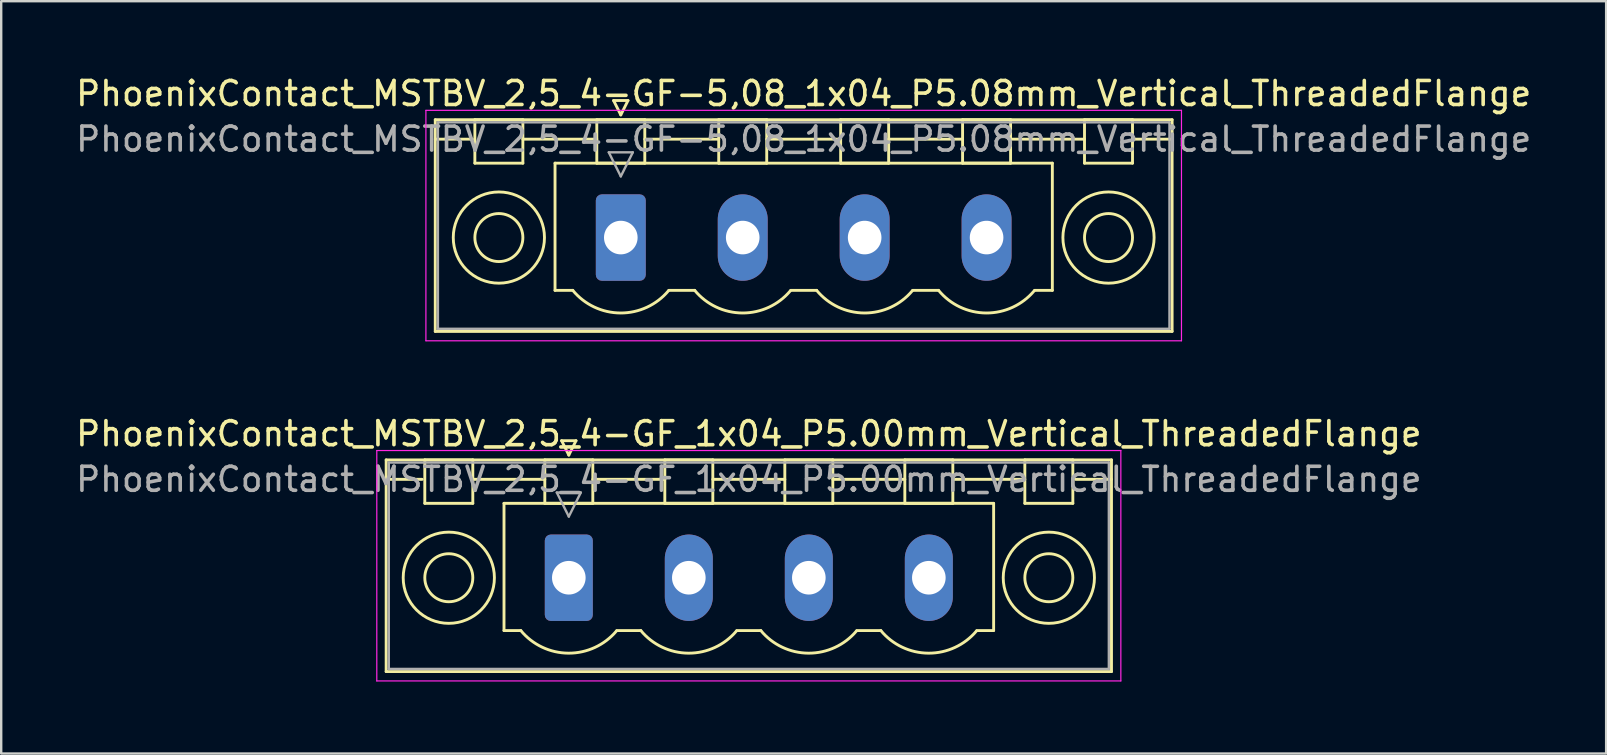
<source format=kicad_pcb>
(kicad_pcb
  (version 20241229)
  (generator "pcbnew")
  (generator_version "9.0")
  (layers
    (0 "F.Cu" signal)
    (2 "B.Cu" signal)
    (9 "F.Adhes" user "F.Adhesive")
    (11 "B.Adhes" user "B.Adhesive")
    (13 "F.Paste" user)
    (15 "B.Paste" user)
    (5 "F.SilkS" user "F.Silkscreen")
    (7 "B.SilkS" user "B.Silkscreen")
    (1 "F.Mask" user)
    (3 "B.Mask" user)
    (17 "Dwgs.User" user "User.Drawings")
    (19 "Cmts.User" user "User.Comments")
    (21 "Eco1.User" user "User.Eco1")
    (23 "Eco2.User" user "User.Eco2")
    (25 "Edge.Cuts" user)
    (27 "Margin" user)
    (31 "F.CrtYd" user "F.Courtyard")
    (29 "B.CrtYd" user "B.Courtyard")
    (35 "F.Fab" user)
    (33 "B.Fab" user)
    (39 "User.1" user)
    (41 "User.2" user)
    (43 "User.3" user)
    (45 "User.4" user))
  (footprint "PhoenixContact_MSTBV_2,5_4-GF_1x04_P5.00mm_Vertical_ThreadedFlange"
    (layer "F.Cu")
    (at 20.649 21.021)
    (property "Reference" "PhoenixContact_MSTBV_2,5_4-GF_1x04_P5.00mm_Vertical_ThreadedFlange" (at 7.5 -6 0) (layer "F.SilkS") (effects (font (size 1 1) (thickness 0.15))))
    (attr through_hole)
    (fp_line (start -7.61 -4.91) (end -7.61 3.91) (stroke (width 0.12) (type solid)) (layer "F.SilkS"))
    (fp_line (start -7.61 -4.1) (end -6.11 -4.1) (stroke (width 0.12) (type solid)) (layer "F.SilkS"))
    (fp_line (start -7.61 3.91) (end 22.61 3.91) (stroke (width 0.12) (type solid)) (layer "F.SilkS"))
    (fp_line (start -6 -4.91) (end -4 -4.91) (stroke (width 0.12) (type solid)) (layer "F.SilkS"))
    (fp_line (start -6 -3.1) (end -6 -4.91) (stroke (width 0.12) (type solid)) (layer "F.SilkS"))
    (fp_line (start -4 -4.91) (end -4 -3.1) (stroke (width 0.12) (type solid)) (layer "F.SilkS"))
    (fp_line (start -4 -4.1) (end -1 -4.1) (stroke (width 0.12) (type solid)) (layer "F.SilkS"))
    (fp_line (start -4 -3.1) (end -6 -3.1) (stroke (width 0.12) (type solid)) (layer "F.SilkS"))
    (fp_line (start -2.7 -3.1) (end 17.7 -3.1) (stroke (width 0.12) (type solid)) (layer "F.SilkS"))
    (fp_line (start -2.7 2.2) (end -2.7 -3.1) (stroke (width 0.12) (type solid)) (layer "F.SilkS"))
    (fp_line (start -2 2.2) (end -2.7 2.2) (stroke (width 0.12) (type solid)) (layer "F.SilkS"))
    (fp_line (start -1 -4.91) (end 1 -4.91) (stroke (width 0.12) (type solid)) (layer "F.SilkS"))
    (fp_line (start -1 -3.1) (end -1 -4.91) (stroke (width 0.12) (type solid)) (layer "F.SilkS"))
    (fp_line (start -0.3 -5.71) (end 0.3 -5.71) (stroke (width 0.12) (type solid)) (layer "F.SilkS"))
    (fp_line (start 0 -5.11) (end -0.3 -5.71) (stroke (width 0.12) (type solid)) (layer "F.SilkS"))
    (fp_line (start 0.3 -5.71) (end 0 -5.11) (stroke (width 0.12) (type solid)) (layer "F.SilkS"))
    (fp_line (start 1 -4.91) (end 1 -3.1) (stroke (width 0.12) (type solid)) (layer "F.SilkS"))
    (fp_line (start 1 -4.1) (end 4 -4.1) (stroke (width 0.12) (type solid)) (layer "F.SilkS"))
    (fp_line (start 1 -3.1) (end -1 -3.1) (stroke (width 0.12) (type solid)) (layer "F.SilkS"))
    (fp_line (start 2 2.2) (end 3 2.2) (stroke (width 0.12) (type solid)) (layer "F.SilkS"))
    (fp_line (start 4 -4.91) (end 6 -4.91) (stroke (width 0.12) (type solid)) (layer "F.SilkS"))
    (fp_line (start 4 -3.1) (end 4 -4.91) (stroke (width 0.12) (type solid)) (layer "F.SilkS"))
    (fp_line (start 6 -4.91) (end 6 -3.1) (stroke (width 0.12) (type solid)) (layer "F.SilkS"))
    (fp_line (start 6 -4.1) (end 9 -4.1) (stroke (width 0.12) (type solid)) (layer "F.SilkS"))
    (fp_line (start 6 -3.1) (end 4 -3.1) (stroke (width 0.12) (type solid)) (layer "F.SilkS"))
    (fp_line (start 7 2.2) (end 8 2.2) (stroke (width 0.12) (type solid)) (layer "F.SilkS"))
    (fp_line (start 9 -4.91) (end 11 -4.91) (stroke (width 0.12) (type solid)) (layer "F.SilkS"))
    (fp_line (start 9 -3.1) (end 9 -4.91) (stroke (width 0.12) (type solid)) (layer "F.SilkS"))
    (fp_line (start 11 -4.91) (end 11 -3.1) (stroke (width 0.12) (type solid)) (layer "F.SilkS"))
    (fp_line (start 11 -4.1) (end 14 -4.1) (stroke (width 0.12) (type solid)) (layer "F.SilkS"))
    (fp_line (start 11 -3.1) (end 9 -3.1) (stroke (width 0.12) (type solid)) (layer "F.SilkS"))
    (fp_line (start 12 2.2) (end 13 2.2) (stroke (width 0.12) (type solid)) (layer "F.SilkS"))
    (fp_line (start 14 -4.91) (end 16 -4.91) (stroke (width 0.12) (type solid)) (layer "F.SilkS"))
    (fp_line (start 14 -3.1) (end 14 -4.91) (stroke (width 0.12) (type solid)) (layer "F.SilkS"))
    (fp_line (start 16 -4.91) (end 16 -3.1) (stroke (width 0.12) (type solid)) (layer "F.SilkS"))
    (fp_line (start 16 -4.1) (end 19 -4.1) (stroke (width 0.12) (type solid)) (layer "F.SilkS"))
    (fp_line (start 16 -3.1) (end 14 -3.1) (stroke (width 0.12) (type solid)) (layer "F.SilkS"))
    (fp_line (start 17.7 -3.1) (end 17.7 2.2) (stroke (width 0.12) (type solid)) (layer "F.SilkS"))
    (fp_line (start 17.7 2.2) (end 17 2.2) (stroke (width 0.12) (type solid)) (layer "F.SilkS"))
    (fp_line (start 19 -4.91) (end 21 -4.91) (stroke (width 0.12) (type solid)) (layer "F.SilkS"))
    (fp_line (start 19 -3.1) (end 19 -4.91) (stroke (width 0.12) (type solid)) (layer "F.SilkS"))
    (fp_line (start 21 -4.91) (end 21 -3.1) (stroke (width 0.12) (type solid)) (layer "F.SilkS"))
    (fp_line (start 21 -3.1) (end 19 -3.1) (stroke (width 0.12) (type solid)) (layer "F.SilkS"))
    (fp_line (start 22.61 -4.91) (end -7.61 -4.91) (stroke (width 0.12) (type solid)) (layer "F.SilkS"))
    (fp_line (start 22.61 -4.1) (end 21.11 -4.1) (stroke (width 0.12) (type solid)) (layer "F.SilkS"))
    (fp_line (start 22.61 3.91) (end 22.61 -4.91) (stroke (width 0.12) (type solid)) (layer "F.SilkS"))
    (fp_arc (start 1.986842 2.215821) (mid -0.010289 3.142758) (end -2 2.2) (stroke (width 0.12) (type solid)) (layer "F.SilkS"))
    (fp_arc (start 6.986842 2.215821) (mid 4.989711 3.142758) (end 3 2.2) (stroke (width 0.12) (type solid)) (layer "F.SilkS"))
    (fp_arc (start 11.986842 2.215821) (mid 9.989711 3.142758) (end 8 2.2) (stroke (width 0.12) (type solid)) (layer "F.SilkS"))
    (fp_arc (start 16.986842 2.215821) (mid 14.989711 3.142758) (end 13 2.2) (stroke (width 0.12) (type solid)) (layer "F.SilkS"))
    (fp_circle (center -5 0) (end -4 0) (stroke (width 0.12) (type solid)) (fill no) (layer "F.SilkS"))
    (fp_circle (center -5 0) (end -3.1 0) (stroke (width 0.12) (type solid)) (fill no) (layer "F.SilkS"))
    (fp_circle (center 20 0) (end 21 0) (stroke (width 0.12) (type solid)) (fill no) (layer "F.SilkS"))
    (fp_circle (center 20 0) (end 21.9 0) (stroke (width 0.12) (type solid)) (fill no) (layer "F.SilkS"))
    (fp_line (start -8 -5.3) (end -8 4.3) (stroke (width 0.05) (type solid)) (layer "F.CrtYd"))
    (fp_line (start -8 4.3) (end 23 4.3) (stroke (width 0.05) (type solid)) (layer "F.CrtYd"))
    (fp_line (start 23 -5.3) (end -8 -5.3) (stroke (width 0.05) (type solid)) (layer "F.CrtYd"))
    (fp_line (start 23 4.3) (end 23 -5.3) (stroke (width 0.05) (type solid)) (layer "F.CrtYd"))
    (fp_line (start -7.5 -4.8) (end -7.5 3.8) (stroke (width 0.1) (type solid)) (layer "F.Fab"))
    (fp_line (start -7.5 3.8) (end 22.5 3.8) (stroke (width 0.1) (type solid)) (layer "F.Fab"))
    (fp_line (start -0.5 -3.55) (end 0.5 -3.55) (stroke (width 0.1) (type solid)) (layer "F.Fab"))
    (fp_line (start 0 -2.55) (end -0.5 -3.55) (stroke (width 0.1) (type solid)) (layer "F.Fab"))
    (fp_line (start 0.5 -3.55) (end 0 -2.55) (stroke (width 0.1) (type solid)) (layer "F.Fab"))
    (fp_line (start 22.5 -4.8) (end -7.5 -4.8) (stroke (width 0.1) (type solid)) (layer "F.Fab"))
    (fp_line (start 22.5 3.8) (end 22.5 -4.8) (stroke (width 0.1) (type solid)) (layer "F.Fab"))
    (fp_text user "${REFERENCE}" (at 7.5 -4.1 0) (layer "F.Fab") (effects (font (size 1 1) (thickness 0.15))))
    (pad "1" thru_hole roundrect (at 0 0) (size 2 3.6) (drill 1.4) (layers "*.Cu" "*.Mask") (roundrect_rratio 0.125))
    (pad "2" thru_hole oval (at 5 0) (size 2 3.6) (drill 1.4) (layers "*.Cu" "*.Mask"))
    (pad "3" thru_hole oval (at 10 0) (size 2 3.6) (drill 1.4) (layers "*.Cu" "*.Mask"))
    (pad "4" thru_hole oval (at 15 0) (size 2 3.6) (drill 1.4) (layers "*.Cu" "*.Mask")))
  (footprint "PhoenixContact_MSTBV_2,5_4-GF-5,08_1x04_P5.08mm_Vertical_ThreadedFlange"
    (layer "F.Cu")
    (at 22.815 6.848)
    (property "Reference" "PhoenixContact_MSTBV_2,5_4-GF-5,08_1x04_P5.08mm_Vertical_ThreadedFlange" (at 7.62 -6 0) (layer "F.SilkS") (effects (font (size 1 1) (thickness 0.15))))
    (attr through_hole)
    (fp_line (start -7.73 -4.91) (end -7.73 3.91) (stroke (width 0.12) (type solid)) (layer "F.SilkS"))
    (fp_line (start -7.73 -4.1) (end -6.19 -4.1) (stroke (width 0.12) (type solid)) (layer "F.SilkS"))
    (fp_line (start -7.73 3.91) (end 22.97 3.91) (stroke (width 0.12) (type solid)) (layer "F.SilkS"))
    (fp_line (start -6.08 -4.91) (end -4.08 -4.91) (stroke (width 0.12) (type solid)) (layer "F.SilkS"))
    (fp_line (start -6.08 -3.1) (end -6.08 -4.91) (stroke (width 0.12) (type solid)) (layer "F.SilkS"))
    (fp_line (start -4.08 -4.91) (end -4.08 -3.1) (stroke (width 0.12) (type solid)) (layer "F.SilkS"))
    (fp_line (start -4.08 -4.1) (end -1 -4.1) (stroke (width 0.12) (type solid)) (layer "F.SilkS"))
    (fp_line (start -4.08 -3.1) (end -6.08 -3.1) (stroke (width 0.12) (type solid)) (layer "F.SilkS"))
    (fp_line (start -2.74 -3.1) (end 17.98 -3.1) (stroke (width 0.12) (type solid)) (layer "F.SilkS"))
    (fp_line (start -2.74 2.2) (end -2.74 -3.1) (stroke (width 0.12) (type solid)) (layer "F.SilkS"))
    (fp_line (start -2 2.2) (end -2.74 2.2) (stroke (width 0.12) (type solid)) (layer "F.SilkS"))
    (fp_line (start -1 -4.91) (end 1 -4.91) (stroke (width 0.12) (type solid)) (layer "F.SilkS"))
    (fp_line (start -1 -3.1) (end -1 -4.91) (stroke (width 0.12) (type solid)) (layer "F.SilkS"))
    (fp_line (start -0.3 -5.71) (end 0.3 -5.71) (stroke (width 0.12) (type solid)) (layer "F.SilkS"))
    (fp_line (start 0 -5.11) (end -0.3 -5.71) (stroke (width 0.12) (type solid)) (layer "F.SilkS"))
    (fp_line (start 0.3 -5.71) (end 0 -5.11) (stroke (width 0.12) (type solid)) (layer "F.SilkS"))
    (fp_line (start 1 -4.91) (end 1 -3.1) (stroke (width 0.12) (type solid)) (layer "F.SilkS"))
    (fp_line (start 1 -4.1) (end 4.08 -4.1) (stroke (width 0.12) (type solid)) (layer "F.SilkS"))
    (fp_line (start 1 -3.1) (end -1 -3.1) (stroke (width 0.12) (type solid)) (layer "F.SilkS"))
    (fp_line (start 2 2.2) (end 3.08 2.2) (stroke (width 0.12) (type solid)) (layer "F.SilkS"))
    (fp_line (start 4.08 -4.91) (end 6.08 -4.91) (stroke (width 0.12) (type solid)) (layer "F.SilkS"))
    (fp_line (start 4.08 -3.1) (end 4.08 -4.91) (stroke (width 0.12) (type solid)) (layer "F.SilkS"))
    (fp_line (start 6.08 -4.91) (end 6.08 -3.1) (stroke (width 0.12) (type solid)) (layer "F.SilkS"))
    (fp_line (start 6.08 -4.1) (end 9.16 -4.1) (stroke (width 0.12) (type solid)) (layer "F.SilkS"))
    (fp_line (start 6.08 -3.1) (end 4.08 -3.1) (stroke (width 0.12) (type solid)) (layer "F.SilkS"))
    (fp_line (start 7.08 2.2) (end 8.16 2.2) (stroke (width 0.12) (type solid)) (layer "F.SilkS"))
    (fp_line (start 9.16 -4.91) (end 11.16 -4.91) (stroke (width 0.12) (type solid)) (layer "F.SilkS"))
    (fp_line (start 9.16 -3.1) (end 9.16 -4.91) (stroke (width 0.12) (type solid)) (layer "F.SilkS"))
    (fp_line (start 11.16 -4.91) (end 11.16 -3.1) (stroke (width 0.12) (type solid)) (layer "F.SilkS"))
    (fp_line (start 11.16 -4.1) (end 14.24 -4.1) (stroke (width 0.12) (type solid)) (layer "F.SilkS"))
    (fp_line (start 11.16 -3.1) (end 9.16 -3.1) (stroke (width 0.12) (type solid)) (layer "F.SilkS"))
    (fp_line (start 12.16 2.2) (end 13.24 2.2) (stroke (width 0.12) (type solid)) (layer "F.SilkS"))
    (fp_line (start 14.24 -4.91) (end 16.24 -4.91) (stroke (width 0.12) (type solid)) (layer "F.SilkS"))
    (fp_line (start 14.24 -3.1) (end 14.24 -4.91) (stroke (width 0.12) (type solid)) (layer "F.SilkS"))
    (fp_line (start 16.24 -4.91) (end 16.24 -3.1) (stroke (width 0.12) (type solid)) (layer "F.SilkS"))
    (fp_line (start 16.24 -4.1) (end 19.32 -4.1) (stroke (width 0.12) (type solid)) (layer "F.SilkS"))
    (fp_line (start 16.24 -3.1) (end 14.24 -3.1) (stroke (width 0.12) (type solid)) (layer "F.SilkS"))
    (fp_line (start 17.98 -3.1) (end 17.98 2.2) (stroke (width 0.12) (type solid)) (layer "F.SilkS"))
    (fp_line (start 17.98 2.2) (end 17.24 2.2) (stroke (width 0.12) (type solid)) (layer "F.SilkS"))
    (fp_line (start 19.32 -4.91) (end 21.32 -4.91) (stroke (width 0.12) (type solid)) (layer "F.SilkS"))
    (fp_line (start 19.32 -3.1) (end 19.32 -4.91) (stroke (width 0.12) (type solid)) (layer "F.SilkS"))
    (fp_line (start 21.32 -4.91) (end 21.32 -3.1) (stroke (width 0.12) (type solid)) (layer "F.SilkS"))
    (fp_line (start 21.32 -3.1) (end 19.32 -3.1) (stroke (width 0.12) (type solid)) (layer "F.SilkS"))
    (fp_line (start 22.97 -4.91) (end -7.73 -4.91) (stroke (width 0.12) (type solid)) (layer "F.SilkS"))
    (fp_line (start 22.97 -4.1) (end 21.43 -4.1) (stroke (width 0.12) (type solid)) (layer "F.SilkS"))
    (fp_line (start 22.97 3.91) (end 22.97 -4.91) (stroke (width 0.12) (type solid)) (layer "F.SilkS"))
    (fp_arc (start 1.986842 2.215821) (mid -0.010289 3.142758) (end -2 2.2) (stroke (width 0.12) (type solid)) (layer "F.SilkS"))
    (fp_arc (start 7.066842 2.215821) (mid 5.069711 3.142758) (end 3.08 2.2) (stroke (width 0.12) (type solid)) (layer "F.SilkS"))
    (fp_arc (start 12.146842 2.215821) (mid 10.149711 3.142758) (end 8.16 2.2) (stroke (width 0.12) (type solid)) (layer "F.SilkS"))
    (fp_arc (start 17.226842 2.215821) (mid 15.229711 3.142758) (end 13.24 2.2) (stroke (width 0.12) (type solid)) (layer "F.SilkS"))
    (fp_circle (center -5.08 0) (end -4.08 0) (stroke (width 0.12) (type solid)) (fill no) (layer "F.SilkS"))
    (fp_circle (center -5.08 0) (end -3.18 0) (stroke (width 0.12) (type solid)) (fill no) (layer "F.SilkS"))
    (fp_circle (center 20.32 0) (end 21.32 0) (stroke (width 0.12) (type solid)) (fill no) (layer "F.SilkS"))
    (fp_circle (center 20.32 0) (end 22.22 0) (stroke (width 0.12) (type solid)) (fill no) (layer "F.SilkS"))
    (fp_line (start -8.12 -5.3) (end -8.12 4.3) (stroke (width 0.05) (type solid)) (layer "F.CrtYd"))
    (fp_line (start -8.12 4.3) (end 23.36 4.3) (stroke (width 0.05) (type solid)) (layer "F.CrtYd"))
    (fp_line (start 23.36 -5.3) (end -8.12 -5.3) (stroke (width 0.05) (type solid)) (layer "F.CrtYd"))
    (fp_line (start 23.36 4.3) (end 23.36 -5.3) (stroke (width 0.05) (type solid)) (layer "F.CrtYd"))
    (fp_line (start -7.62 -4.8) (end -7.62 3.8) (stroke (width 0.1) (type solid)) (layer "F.Fab"))
    (fp_line (start -7.62 3.8) (end 22.86 3.8) (stroke (width 0.1) (type solid)) (layer "F.Fab"))
    (fp_line (start -0.5 -3.55) (end 0.5 -3.55) (stroke (width 0.1) (type solid)) (layer "F.Fab"))
    (fp_line (start 0 -2.55) (end -0.5 -3.55) (stroke (width 0.1) (type solid)) (layer "F.Fab"))
    (fp_line (start 0.5 -3.55) (end 0 -2.55) (stroke (width 0.1) (type solid)) (layer "F.Fab"))
    (fp_line (start 22.86 -4.8) (end -7.62 -4.8) (stroke (width 0.1) (type solid)) (layer "F.Fab"))
    (fp_line (start 22.86 3.8) (end 22.86 -4.8) (stroke (width 0.1) (type solid)) (layer "F.Fab"))
    (fp_text user "${REFERENCE}" (at 7.62 -4.1 0) (layer "F.Fab") (effects (font (size 1 1) (thickness 0.15))))
    (pad "1" thru_hole roundrect (at 0 0) (size 2.08 3.6) (drill 1.4) (layers "*.Cu" "*.Mask") (roundrect_rratio 0.12))
    (pad "2" thru_hole oval (at 5.08 0) (size 2.08 3.6) (drill 1.4) (layers "*.Cu" "*.Mask"))
    (pad "3" thru_hole oval (at 10.16 0) (size 2.08 3.6) (drill 1.4) (layers "*.Cu" "*.Mask"))
    (pad "4" thru_hole oval (at 15.24 0) (size 2.08 3.6) (drill 1.4) (layers "*.Cu" "*.Mask")))
  (gr_rect
    (start -3 -3)
    (end 63.869 28.346)
    (stroke (width 0.1) (type default))
    (fill no)
    (layer "Edge.Cuts")))
</source>
